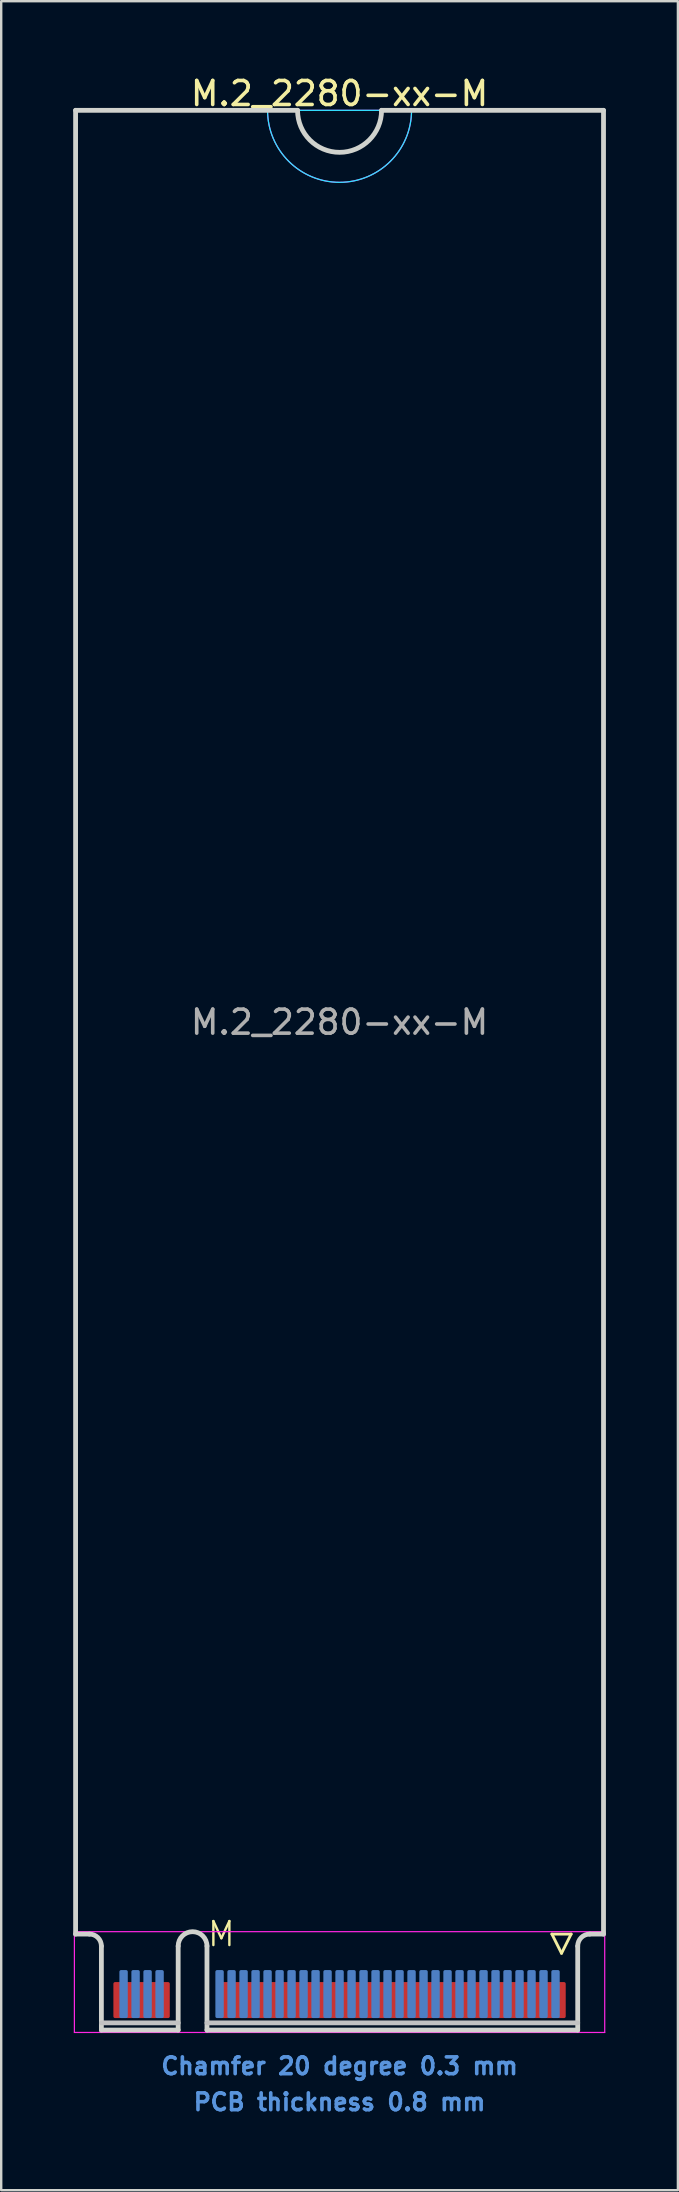
<source format=kicad_pcb>
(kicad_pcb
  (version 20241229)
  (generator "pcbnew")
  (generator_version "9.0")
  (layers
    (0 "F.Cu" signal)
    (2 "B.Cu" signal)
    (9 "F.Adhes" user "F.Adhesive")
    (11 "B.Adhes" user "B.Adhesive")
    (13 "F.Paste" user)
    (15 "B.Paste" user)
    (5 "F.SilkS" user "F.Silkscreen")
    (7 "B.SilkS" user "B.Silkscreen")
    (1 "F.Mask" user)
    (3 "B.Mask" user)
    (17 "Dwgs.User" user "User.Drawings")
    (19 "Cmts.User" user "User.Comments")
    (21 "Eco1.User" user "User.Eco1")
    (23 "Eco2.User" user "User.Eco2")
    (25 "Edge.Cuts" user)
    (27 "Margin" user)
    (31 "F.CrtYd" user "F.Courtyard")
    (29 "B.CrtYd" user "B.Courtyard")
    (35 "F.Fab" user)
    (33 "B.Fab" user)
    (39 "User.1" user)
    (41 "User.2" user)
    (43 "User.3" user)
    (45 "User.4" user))
  (footprint "M.2_2280-xx-M"
    (layer "F.Cu")
    (at 11.1 77.548)
    (property "Reference" "M.2_2280-xx-M" (at 0 -76.7 0) (layer "F.SilkS") (effects (font (size 1 1) (thickness 0.15))))
    (attr exclude_from_pos_files exclude_from_bom)
    (fp_line (start 8.85 0) (end 9.65 0) (stroke (width 0.12) (type solid)) (layer "F.SilkS"))
    (fp_line (start 9.25 0.8) (end 8.85 0) (stroke (width 0.12) (type solid)) (layer "F.SilkS"))
    (fp_line (start 9.65 0) (end 9.25 0.8) (stroke (width 0.12) (type solid)) (layer "F.SilkS"))
    (fp_line (start -9.925 3.7) (end -6.725 3.7) (stroke (width 0.2) (type solid)) (layer "Dwgs.User"))
    (fp_line (start 9.925 3.7) (end -5.525 3.7) (stroke (width 0.2) (type solid)) (layer "Dwgs.User"))
    (fp_line (start -11 -76) (end -11 0) (stroke (width 0.2) (type solid)) (layer "Edge.Cuts"))
    (fp_line (start -11 0) (end -10.425 0) (stroke (width 0.2) (type solid)) (layer "Edge.Cuts"))
    (fp_line (start -9.925 0.5) (end -9.925 4) (stroke (width 0.2) (type solid)) (layer "Edge.Cuts"))
    (fp_line (start -9.925 4) (end -6.725 4) (stroke (width 0.2) (type solid)) (layer "Edge.Cuts"))
    (fp_line (start -6.725 4) (end -6.725 0.5) (stroke (width 0.2) (type solid)) (layer "Edge.Cuts"))
    (fp_line (start -5.525 0.5) (end -5.525 4) (stroke (width 0.2) (type solid)) (layer "Edge.Cuts"))
    (fp_line (start -5.525 4) (end 9.925 4) (stroke (width 0.2) (type solid)) (layer "Edge.Cuts"))
    (fp_line (start -1.75 -76) (end -11 -76) (stroke (width 0.2) (type solid)) (layer "Edge.Cuts"))
    (fp_line (start 9.925 4) (end 9.925 0.5) (stroke (width 0.2) (type solid)) (layer "Edge.Cuts"))
    (fp_line (start 10.425 0) (end 11 0) (stroke (width 0.2) (type solid)) (layer "Edge.Cuts"))
    (fp_line (start 11 -76) (end 1.75 -76) (stroke (width 0.2) (type solid)) (layer "Edge.Cuts"))
    (fp_line (start 11 0) (end 11 -76) (stroke (width 0.2) (type solid)) (layer "Edge.Cuts"))
    (fp_arc (start -10.425 0) (mid -10.071447 0.146447) (end -9.925 0.5) (stroke (width 0.2) (type solid)) (layer "Edge.Cuts"))
    (fp_arc (start -6.725 0.5) (mid -6.125 -0.1) (end -5.525 0.5) (stroke (width 0.2) (type solid)) (layer "Edge.Cuts"))
    (fp_arc (start 1.75 -76) (mid 0 -74.25) (end -1.75 -76) (stroke (width 0.2) (type solid)) (layer "Edge.Cuts"))
    (fp_arc (start 9.925 0.5) (mid 10.071447 0.146447) (end 10.425 0) (stroke (width 0.2) (type solid)) (layer "Edge.Cuts"))
    (fp_line (start -3 -76) (end 3 -76) (stroke (width 0.05) (type solid)) (layer "B.CrtYd"))
    (fp_arc (start 3 -76) (mid 0 -73) (end -3 -76) (stroke (width 0.05) (type solid)) (layer "B.CrtYd"))
    (fp_line (start -11.05 -0.1) (end -11.05 4.1) (stroke (width 0.05) (type solid)) (layer "F.CrtYd"))
    (fp_line (start -11.05 4.1) (end 11.05 4.1) (stroke (width 0.05) (type solid)) (layer "F.CrtYd"))
    (fp_line (start -3 -76) (end 3 -76) (stroke (width 0.05) (type solid)) (layer "F.CrtYd"))
    (fp_line (start 11.05 -0.1) (end -11.05 -0.1) (stroke (width 0.05) (type solid)) (layer "F.CrtYd"))
    (fp_line (start 11.05 4.1) (end 11.05 -0.1) (stroke (width 0.05) (type solid)) (layer "F.CrtYd"))
    (fp_arc (start 3 -76) (mid 0 -73) (end -3 -76) (stroke (width 0.05) (type solid)) (layer "F.CrtYd"))
    (fp_text user "M" (at -4.925 0 0) (layer "F.SilkS") (effects (font (size 1 1) (thickness 0.1))))
    (fp_text user "Chamfer 20 degree 0.3 mm" (at 0 5.5 0) (layer "Cmts.User") (effects (font (size 0.7 0.7) (thickness 0.15))))
    (fp_text user "PCB thickness 0.8 mm" (at 0 7 0) (layer "Cmts.User") (effects (font (size 0.7 0.7) (thickness 0.15))))
    (fp_text user "${REFERENCE}" (at 0 -38 0) (layer "F.Fab") (effects (font (size 1 1) (thickness 0.15))))
    (pad "1" connect roundrect (at 9.25 2.75) (size 0.35 1.5) (layers "F.Cu" "F.Mask") (roundrect_rratio 0.2))
    (pad "2" connect roundrect (at 9 2.5) (size 0.35 2) (layers "B.Cu" "B.Mask") (roundrect_rratio 0.2))
    (pad "3" connect roundrect (at 8.75 2.75) (size 0.35 1.5) (layers "F.Cu" "F.Mask") (roundrect_rratio 0.2))
    (pad "4" connect roundrect (at 8.5 2.5) (size 0.35 2) (layers "B.Cu" "B.Mask") (roundrect_rratio 0.2))
    (pad "5" connect roundrect (at 8.25 2.75) (size 0.35 1.5) (layers "F.Cu" "F.Mask") (roundrect_rratio 0.2))
    (pad "6" connect roundrect (at 8 2.5) (size 0.35 2) (layers "B.Cu" "B.Mask") (roundrect_rratio 0.2))
    (pad "7" connect roundrect (at 7.75 2.75) (size 0.35 1.5) (layers "F.Cu" "F.Mask") (roundrect_rratio 0.2))
    (pad "8" connect roundrect (at 7.5 2.5) (size 0.35 2) (layers "B.Cu" "B.Mask") (roundrect_rratio 0.2))
    (pad "9" connect roundrect (at 7.25 2.75) (size 0.35 1.5) (layers "F.Cu" "F.Mask") (roundrect_rratio 0.2))
    (pad "10" connect roundrect (at 7 2.5) (size 0.35 2) (layers "B.Cu" "B.Mask") (roundrect_rratio 0.2))
    (pad "11" connect roundrect (at 6.75 2.75) (size 0.35 1.5) (layers "F.Cu" "F.Mask") (roundrect_rratio 0.2))
    (pad "12" connect roundrect (at 6.5 2.5) (size 0.35 2) (layers "B.Cu" "B.Mask") (roundrect_rratio 0.2))
    (pad "13" connect roundrect (at 6.25 2.75) (size 0.35 1.5) (layers "F.Cu" "F.Mask") (roundrect_rratio 0.2))
    (pad "14" connect roundrect (at 6 2.5) (size 0.35 2) (layers "B.Cu" "B.Mask") (roundrect_rratio 0.2))
    (pad "15" connect roundrect (at 5.75 2.75) (size 0.35 1.5) (layers "F.Cu" "F.Mask") (roundrect_rratio 0.2))
    (pad "16" connect roundrect (at 5.5 2.5) (size 0.35 2) (layers "B.Cu" "B.Mask") (roundrect_rratio 0.2))
    (pad "17" connect roundrect (at 5.25 2.75) (size 0.35 1.5) (layers "F.Cu" "F.Mask") (roundrect_rratio 0.2))
    (pad "18" connect roundrect (at 5 2.5) (size 0.35 2) (layers "B.Cu" "B.Mask") (roundrect_rratio 0.2))
    (pad "19" connect roundrect (at 4.75 2.75) (size 0.35 1.5) (layers "F.Cu" "F.Mask") (roundrect_rratio 0.2))
    (pad "20" connect roundrect (at 4.5 2.5) (size 0.35 2) (layers "B.Cu" "B.Mask") (roundrect_rratio 0.2))
    (pad "21" connect roundrect (at 4.25 2.75) (size 0.35 1.5) (layers "F.Cu" "F.Mask") (roundrect_rratio 0.2))
    (pad "22" connect roundrect (at 4 2.5) (size 0.35 2) (layers "B.Cu" "B.Mask") (roundrect_rratio 0.2))
    (pad "23" connect roundrect (at 3.75 2.75) (size 0.35 1.5) (layers "F.Cu" "F.Mask") (roundrect_rratio 0.2))
    (pad "24" connect roundrect (at 3.5 2.5) (size 0.35 2) (layers "B.Cu" "B.Mask") (roundrect_rratio 0.2))
    (pad "25" connect roundrect (at 3.25 2.75) (size 0.35 1.5) (layers "F.Cu" "F.Mask") (roundrect_rratio 0.2))
    (pad "26" connect roundrect (at 3 2.5) (size 0.35 2) (layers "B.Cu" "B.Mask") (roundrect_rratio 0.2))
    (pad "27" connect roundrect (at 2.75 2.75) (size 0.35 1.5) (layers "F.Cu" "F.Mask") (roundrect_rratio 0.2))
    (pad "28" connect roundrect (at 2.5 2.5) (size 0.35 2) (layers "B.Cu" "B.Mask") (roundrect_rratio 0.2))
    (pad "29" connect roundrect (at 2.25 2.75) (size 0.35 1.5) (layers "F.Cu" "F.Mask") (roundrect_rratio 0.2))
    (pad "30" connect roundrect (at 2 2.5) (size 0.35 2) (layers "B.Cu" "B.Mask") (roundrect_rratio 0.2))
    (pad "31" connect roundrect (at 1.75 2.75) (size 0.35 1.5) (layers "F.Cu" "F.Mask") (roundrect_rratio 0.2))
    (pad "32" connect roundrect (at 1.5 2.5) (size 0.35 2) (layers "B.Cu" "B.Mask") (roundrect_rratio 0.2))
    (pad "33" connect roundrect (at 1.25 2.75) (size 0.35 1.5) (layers "F.Cu" "F.Mask") (roundrect_rratio 0.2))
    (pad "34" connect roundrect (at 1 2.5) (size 0.35 2) (layers "B.Cu" "B.Mask") (roundrect_rratio 0.2))
    (pad "35" connect roundrect (at 0.75 2.75) (size 0.35 1.5) (layers "F.Cu" "F.Mask") (roundrect_rratio 0.2))
    (pad "36" connect roundrect (at 0.5 2.5) (size 0.35 2) (layers "B.Cu" "B.Mask") (roundrect_rratio 0.2))
    (pad "37" connect roundrect (at 0.25 2.75) (size 0.35 1.5) (layers "F.Cu" "F.Mask") (roundrect_rratio 0.2))
    (pad "38" connect roundrect (at 0 2.5) (size 0.35 2) (layers "B.Cu" "B.Mask") (roundrect_rratio 0.2))
    (pad "39" connect roundrect (at -0.25 2.75) (size 0.35 1.5) (layers "F.Cu" "F.Mask") (roundrect_rratio 0.2))
    (pad "40" connect roundrect (at -0.5 2.5) (size 0.35 2) (layers "B.Cu" "B.Mask") (roundrect_rratio 0.2))
    (pad "41" connect roundrect (at -0.75 2.75) (size 0.35 1.5) (layers "F.Cu" "F.Mask") (roundrect_rratio 0.2))
    (pad "42" connect roundrect (at -1 2.5) (size 0.35 2) (layers "B.Cu" "B.Mask") (roundrect_rratio 0.2))
    (pad "43" connect roundrect (at -1.25 2.75) (size 0.35 1.5) (layers "F.Cu" "F.Mask") (roundrect_rratio 0.2))
    (pad "44" connect roundrect (at -1.5 2.5) (size 0.35 2) (layers "B.Cu" "B.Mask") (roundrect_rratio 0.2))
    (pad "45" connect roundrect (at -1.75 2.75) (size 0.35 1.5) (layers "F.Cu" "F.Mask") (roundrect_rratio 0.2))
    (pad "46" connect roundrect (at -2 2.5) (size 0.35 2) (layers "B.Cu" "B.Mask") (roundrect_rratio 0.2))
    (pad "47" connect roundrect (at -2.25 2.75) (size 0.35 1.5) (layers "F.Cu" "F.Mask") (roundrect_rratio 0.2))
    (pad "48" connect roundrect (at -2.5 2.5) (size 0.35 2) (layers "B.Cu" "B.Mask") (roundrect_rratio 0.2))
    (pad "49" connect roundrect (at -2.75 2.75) (size 0.35 1.5) (layers "F.Cu" "F.Mask") (roundrect_rratio 0.2))
    (pad "50" connect roundrect (at -3 2.5) (size 0.35 2) (layers "B.Cu" "B.Mask") (roundrect_rratio 0.2))
    (pad "51" connect roundrect (at -3.25 2.75) (size 0.35 1.5) (layers "F.Cu" "F.Mask") (roundrect_rratio 0.2))
    (pad "52" connect roundrect (at -3.5 2.5) (size 0.35 2) (layers "B.Cu" "B.Mask") (roundrect_rratio 0.2))
    (pad "53" connect roundrect (at -3.75 2.75) (size 0.35 1.5) (layers "F.Cu" "F.Mask") (roundrect_rratio 0.2))
    (pad "54" connect roundrect (at -4 2.5) (size 0.35 2) (layers "B.Cu" "B.Mask") (roundrect_rratio 0.2))
    (pad "55" connect roundrect (at -4.25 2.75) (size 0.35 1.5) (layers "F.Cu" "F.Mask") (roundrect_rratio 0.2))
    (pad "56" connect roundrect (at -4.5 2.5) (size 0.35 2) (layers "B.Cu" "B.Mask") (roundrect_rratio 0.2))
    (pad "57" connect roundrect (at -4.75 2.75) (size 0.35 1.5) (layers "F.Cu" "F.Mask") (roundrect_rratio 0.2))
    (pad "58" connect roundrect (at -5 2.5) (size 0.35 2) (layers "B.Cu" "B.Mask") (roundrect_rratio 0.2))
    (pad "67" connect roundrect (at -7.25 2.75) (size 0.35 1.5) (layers "F.Cu" "F.Mask") (roundrect_rratio 0.2))
    (pad "68" connect roundrect (at -7.5 2.5) (size 0.35 2) (layers "B.Cu" "B.Mask") (roundrect_rratio 0.2))
    (pad "69" connect roundrect (at -7.75 2.75) (size 0.35 1.5) (layers "F.Cu" "F.Mask") (roundrect_rratio 0.2))
    (pad "70" connect roundrect (at -8 2.5) (size 0.35 2) (layers "B.Cu" "B.Mask") (roundrect_rratio 0.2))
    (pad "71" connect roundrect (at -8.25 2.75) (size 0.35 1.5) (layers "F.Cu" "F.Mask") (roundrect_rratio 0.2))
    (pad "72" connect roundrect (at -8.5 2.5) (size 0.35 2) (layers "B.Cu" "B.Mask") (roundrect_rratio 0.2))
    (pad "73" connect roundrect (at -8.75 2.75) (size 0.35 1.5) (layers "F.Cu" "F.Mask") (roundrect_rratio 0.2))
    (pad "74" connect roundrect (at -9 2.5) (size 0.35 2) (layers "B.Cu" "B.Mask") (roundrect_rratio 0.2))
    (pad "75" connect roundrect (at -9.25 2.75) (size 0.35 1.5) (layers "F.Cu" "F.Mask") (roundrect_rratio 0.2)))
  (gr_rect
    (start -3 -3)
    (end 25.2 88.221)
    (stroke (width 0.1) (type default))
    (fill no)
    (layer "Edge.Cuts")))
</source>
